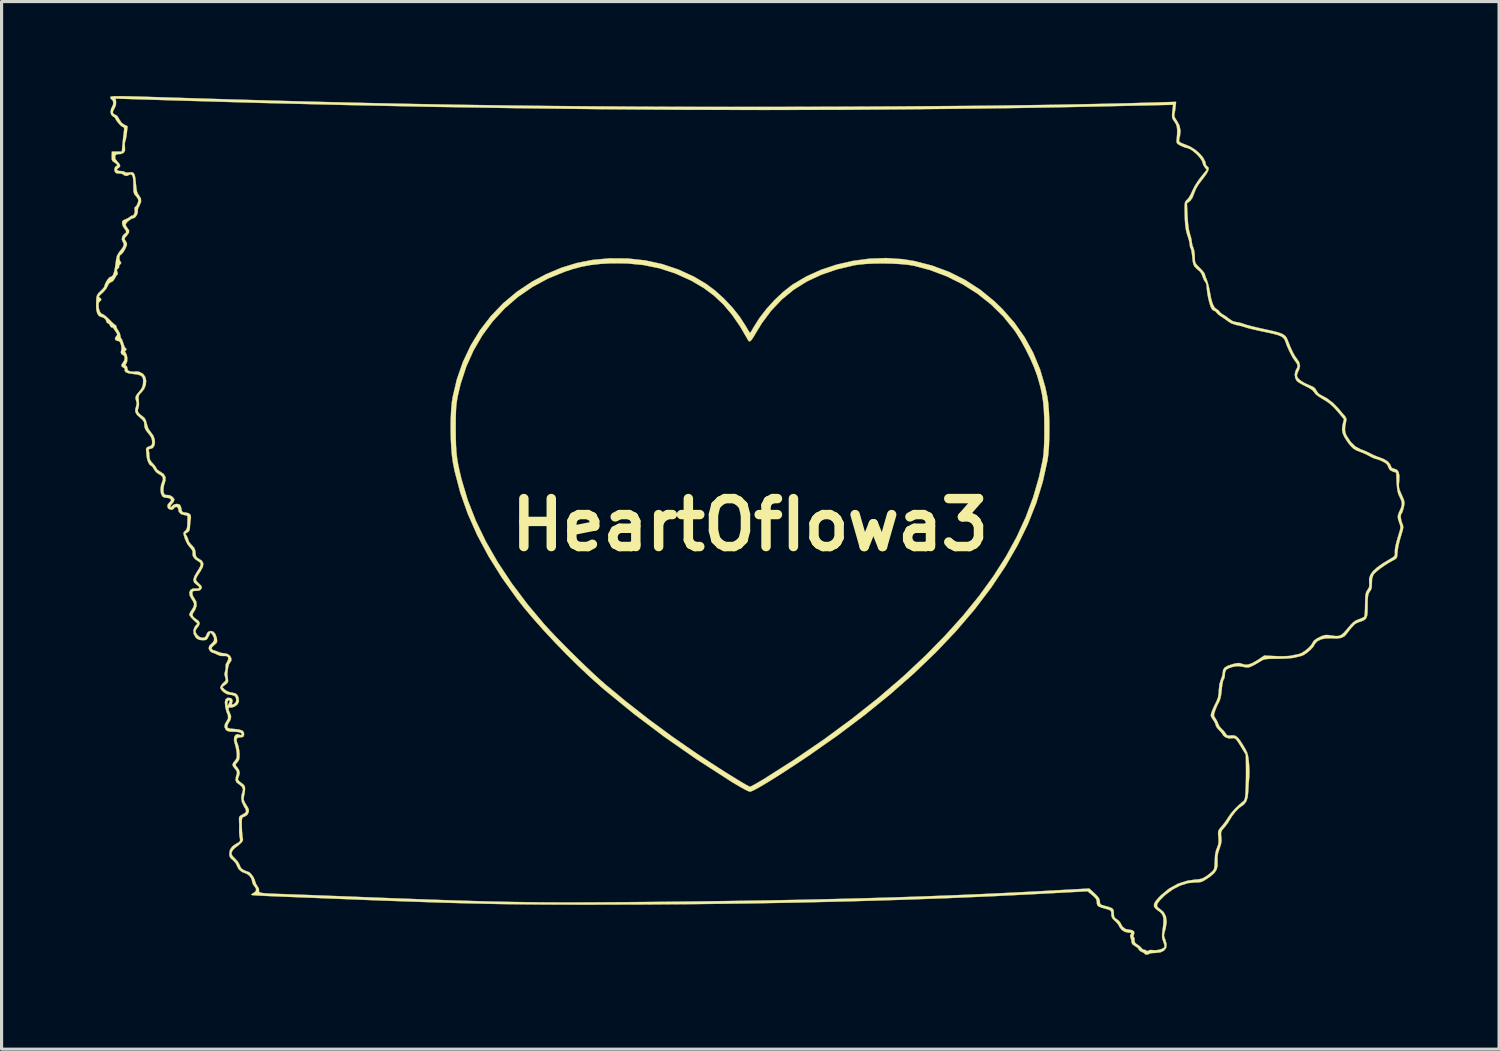
<source format=kicad_pcb>
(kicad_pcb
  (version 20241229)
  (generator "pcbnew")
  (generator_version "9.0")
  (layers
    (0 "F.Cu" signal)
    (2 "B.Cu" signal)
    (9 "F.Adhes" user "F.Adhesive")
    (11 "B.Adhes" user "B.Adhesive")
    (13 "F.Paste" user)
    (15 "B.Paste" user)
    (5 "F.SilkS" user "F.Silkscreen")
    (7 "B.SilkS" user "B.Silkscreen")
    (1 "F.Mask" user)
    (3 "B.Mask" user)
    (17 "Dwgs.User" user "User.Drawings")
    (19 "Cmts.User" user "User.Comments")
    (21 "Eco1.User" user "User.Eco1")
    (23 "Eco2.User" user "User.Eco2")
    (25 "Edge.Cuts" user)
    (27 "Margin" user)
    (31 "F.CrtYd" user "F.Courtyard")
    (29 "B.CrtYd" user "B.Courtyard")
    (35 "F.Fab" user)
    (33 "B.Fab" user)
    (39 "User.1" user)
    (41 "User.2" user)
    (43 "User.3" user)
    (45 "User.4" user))
  (footprint "HeartOfIowa3"
    (layer "F.Cu")
    (at 20.776 13.623)
    (property "Reference" "HeartOfIowa3" (at 0 0 0) (layer "F.SilkS") (effects (font (size 1.524 1.524) (thickness 0.3))))
    (attr through_hole)
    (fp_poly (pts (xy 4.836 -8.442) (xy 5.207 -8.383) (xy 5.783 -8.236) (xy 6.325 -8.035) (xy 6.834 -7.78) (xy 7.312 -7.471) (xy 7.759 -7.106) (xy 8.019 -6.854) (xy 8.402 -6.418) (xy 8.727 -5.954) (xy 8.998 -5.461) (xy 9.215 -4.936) (xy 9.38 -4.376) (xy 9.449 -4.048) (xy 9.476 -3.852) (xy 9.495 -3.609) (xy 9.507 -3.334) (xy 9.51 -3.044) (xy 9.506 -2.753) (xy 9.495 -2.477) (xy 9.475 -2.233) (xy 9.45 -2.048) (xy 9.299 -1.365) (xy 9.091 -0.688) (xy 8.824 -0.016) (xy 8.497 0.653) (xy 8.11 1.322) (xy 7.662 1.991) (xy 7.151 2.664) (xy 7.11 2.715) (xy 6.537 3.384) (xy 5.902 4.052) (xy 5.207 4.718) (xy 4.454 5.381) (xy 3.645 6.038) (xy 2.781 6.689) (xy 1.865 7.331) (xy 1.568 7.53) (xy 1.235 7.749) (xy 0.935 7.943) (xy 0.671 8.109) (xy 0.446 8.246) (xy 0.262 8.353) (xy 0.123 8.428) (xy 0.031 8.469) (xy -0.002 8.477) (xy -0.052 8.461) (xy -0.146 8.415) (xy -0.275 8.345) (xy -0.429 8.256) (xy -0.599 8.154) (xy -0.619 8.141) (xy -1.702 7.443) (xy -2.724 6.731) (xy -3.688 6.005) (xy -4.597 5.262) (xy -4.731 5.148) (xy -5.089 4.829) (xy -5.46 4.479) (xy -5.836 4.108) (xy -6.206 3.727) (xy -6.562 3.345) (xy -6.893 2.972) (xy -7.19 2.619) (xy -7.401 2.349) (xy -7.885 1.673) (xy -8.306 0.999) (xy -8.666 0.327) (xy -8.964 -0.345) (xy -9.202 -1.018) (xy -9.381 -1.695) (xy -9.436 -1.968) (xy -9.468 -2.191) (xy -9.491 -2.457) (xy -9.505 -2.751) (xy -9.51 -3.048) (xy -9.349 -3.048) (xy -9.347 -2.76) (xy -9.34 -2.519) (xy -9.327 -2.31) (xy -9.305 -2.116) (xy -9.272 -1.921) (xy -9.227 -1.71) (xy -9.169 -1.465) (xy -9.159 -1.428) (xy -8.965 -0.779) (xy -8.708 -0.125) (xy -8.389 0.534) (xy -8.009 1.196) (xy -7.567 1.861) (xy -7.066 2.527) (xy -6.549 3.143) (xy -6.38 3.329) (xy -6.174 3.547) (xy -5.94 3.786) (xy -5.69 4.037) (xy -5.434 4.289) (xy -5.181 4.532) (xy -4.943 4.756) (xy -4.729 4.951) (xy -4.604 5.061) (xy -3.924 5.625) (xy -3.201 6.189) (xy -2.452 6.74) (xy -1.695 7.264) (xy -1.683 7.272) (xy -1.462 7.418) (xy -1.236 7.566) (xy -1.01 7.712) (xy -0.792 7.851) (xy -0.587 7.979) (xy -0.402 8.093) (xy -0.245 8.188) (xy -0.122 8.26) (xy -0.038 8.305) (xy -0.003 8.319) (xy 0.039 8.303) (xy 0.123 8.259) (xy 0.24 8.193) (xy 0.378 8.112) (xy 0.431 8.08) (xy 1.412 7.456) (xy 2.349 6.815) (xy 3.239 6.16) (xy 4.077 5.495) (xy 4.86 4.822) (xy 5.568 4.159) (xy 6.199 3.516) (xy 6.77 2.881) (xy 7.281 2.252) (xy 7.734 1.627) (xy 8.131 1.004) (xy 8.472 0.38) (xy 8.76 -0.248) (xy 8.996 -0.882) (xy 9.182 -1.525) (xy 9.292 -2.032) (xy 9.313 -2.162) (xy 9.328 -2.306) (xy 9.339 -2.473) (xy 9.346 -2.676) (xy 9.349 -2.926) (xy 9.349 -3.048) (xy 9.346 -3.38) (xy 9.334 -3.664) (xy 9.311 -3.915) (xy 9.276 -4.148) (xy 9.225 -4.378) (xy 9.157 -4.621) (xy 9.111 -4.771) (xy 9.02 -5.016) (xy 8.899 -5.291) (xy 8.758 -5.576) (xy 8.608 -5.85) (xy 8.458 -6.093) (xy 8.391 -6.19) (xy 8.049 -6.614) (xy 7.658 -7) (xy 7.225 -7.344) (xy 6.754 -7.643) (xy 6.249 -7.895) (xy 5.716 -8.095) (xy 5.22 -8.228) (xy 5.024 -8.261) (xy 4.781 -8.284) (xy 4.508 -8.299) (xy 4.221 -8.304) (xy 3.935 -8.301) (xy 3.667 -8.288) (xy 3.433 -8.265) (xy 3.31 -8.246) (xy 2.762 -8.116) (xy 2.26 -7.944) (xy 1.802 -7.729) (xy 1.387 -7.469) (xy 1.012 -7.162) (xy 0.675 -6.808) (xy 0.374 -6.404) (xy 0.19 -6.103) (xy 0.107 -5.962) (xy 0.046 -5.873) (xy 0.001 -5.832) (xy -0.035 -5.833) (xy -0.065 -5.872) (xy -0.067 -5.876) (xy -0.315 -6.304) (xy -0.572 -6.676) (xy -0.845 -6.999) (xy -1.141 -7.279) (xy -1.467 -7.522) (xy -1.83 -7.737) (xy -1.893 -7.77) (xy -2.378 -7.988) (xy -2.872 -8.149) (xy -3.383 -8.254) (xy -3.918 -8.306) (xy -4.413 -8.309) (xy -4.761 -8.289) (xy -5.068 -8.254) (xy -5.356 -8.2) (xy -5.647 -8.121) (xy -5.876 -8.046) (xy -6.413 -7.827) (xy -6.913 -7.557) (xy -7.374 -7.239) (xy -7.794 -6.875) (xy -8.171 -6.469) (xy -8.502 -6.023) (xy -8.784 -5.539) (xy -9.016 -5.021) (xy -9.195 -4.471) (xy -9.278 -4.12) (xy -9.302 -3.99) (xy -9.321 -3.87) (xy -9.334 -3.747) (xy -9.342 -3.607) (xy -9.347 -3.439) (xy -9.349 -3.228) (xy -9.349 -3.048) (xy -9.51 -3.048) (xy -9.511 -3.057) (xy -9.507 -3.36) (xy -9.494 -3.643) (xy -9.472 -3.891) (xy -9.449 -4.048) (xy -9.312 -4.627) (xy -9.119 -5.178) (xy -8.874 -5.697) (xy -8.579 -6.181) (xy -8.234 -6.629) (xy -7.844 -7.037) (xy -7.409 -7.402) (xy -6.932 -7.721) (xy -6.493 -7.956) (xy -5.996 -8.166) (xy -5.501 -8.319) (xy -4.993 -8.418) (xy -4.461 -8.466) (xy -3.891 -8.462) (xy -3.331 -8.401) (xy -2.789 -8.283) (xy -2.269 -8.109) (xy -1.777 -7.882) (xy -1.397 -7.657) (xy -1.11 -7.443) (xy -0.826 -7.186) (xy -0.559 -6.902) (xy -0.324 -6.605) (xy -0.134 -6.311) (xy -0.12 -6.286) (xy -0.065 -6.191) (xy -0.023 -6.123) (xy -0.000144 -6.097) (xy 0 -6.097) (xy 0.022 -6.122) (xy 0.065 -6.19) (xy 0.118 -6.283) (xy 0.298 -6.568) (xy 0.523 -6.86) (xy 0.779 -7.142) (xy 1.052 -7.399) (xy 1.327 -7.615) (xy 1.368 -7.643) (xy 1.795 -7.895) (xy 2.261 -8.104) (xy 2.756 -8.268) (xy 3.271 -8.386) (xy 3.795 -8.456) (xy 4.32 -8.475) (xy 4.836 -8.442)) (stroke (width 0.01) (type solid)) (fill yes) (layer "F.SilkS"))
    (fp_poly (pts (xy -19.985 -13.617) (xy -19.839 -13.615) (xy -19.656 -13.611) (xy -19.431 -13.605) (xy -19.161 -13.597) (xy -18.841 -13.587) (xy -18.467 -13.575) (xy -18.035 -13.562) (xy -17.923 -13.558) (xy -16.407 -13.512) (xy -14.931 -13.47) (xy -13.488 -13.432) (xy -12.068 -13.399) (xy -10.665 -13.37) (xy -9.271 -13.345) (xy -7.876 -13.325) (xy -6.475 -13.308) (xy -5.058 -13.295) (xy -3.617 -13.285) (xy -2.145 -13.279) (xy -0.634 -13.277) (xy 0.924 -13.278) (xy 2.538 -13.282) (xy 2.603 -13.282) (xy 3.774 -13.287) (xy 4.885 -13.293) (xy 5.938 -13.301) (xy 6.937 -13.309) (xy 7.885 -13.319) (xy 8.784 -13.331) (xy 9.639 -13.344) (xy 10.451 -13.359) (xy 11.225 -13.375) (xy 11.963 -13.392) (xy 12.668 -13.412) (xy 12.823 -13.416) (xy 13.534 -13.438) (xy 13.517 -13.267) (xy 13.503 -13.158) (xy 13.487 -13.066) (xy 13.479 -13.032) (xy 13.483 -12.963) (xy 13.536 -12.87) (xy 13.554 -12.847) (xy 13.64 -12.693) (xy 13.676 -12.521) (xy 13.658 -12.352) (xy 13.653 -12.336) (xy 13.632 -12.251) (xy 13.629 -12.187) (xy 13.631 -12.18) (xy 13.668 -12.149) (xy 13.747 -12.111) (xy 13.825 -12.083) (xy 13.993 -12.012) (xy 14.151 -11.911) (xy 14.289 -11.79) (xy 14.396 -11.662) (xy 14.462 -11.535) (xy 14.477 -11.457) (xy 14.503 -11.401) (xy 14.526 -11.387) (xy 14.568 -11.346) (xy 14.563 -11.272) (xy 14.51 -11.165) (xy 14.407 -11.02) (xy 14.371 -10.976) (xy 14.248 -10.813) (xy 14.165 -10.672) (xy 14.111 -10.536) (xy 14.111 -10.536) (xy 14.051 -10.383) (xy 13.978 -10.288) (xy 13.966 -10.279) (xy 13.879 -10.215) (xy 13.898 -9.814) (xy 13.916 -9.561) (xy 13.944 -9.363) (xy 13.975 -9.242) (xy 14.008 -9.13) (xy 14.029 -9.029) (xy 14.034 -8.984) (xy 14.049 -8.892) (xy 14.081 -8.806) (xy 14.109 -8.719) (xy 14.125 -8.595) (xy 14.129 -8.516) (xy 14.131 -8.41) (xy 14.143 -8.338) (xy 14.176 -8.279) (xy 14.24 -8.209) (xy 14.287 -8.163) (xy 14.367 -8.08) (xy 14.424 -8.01) (xy 14.446 -7.968) (xy 14.446 -7.967) (xy 14.459 -7.914) (xy 14.49 -7.831) (xy 14.505 -7.797) (xy 14.54 -7.698) (xy 14.575 -7.566) (xy 14.601 -7.434) (xy 14.646 -7.197) (xy 14.697 -7.022) (xy 14.755 -6.909) (xy 14.817 -6.856) (xy 14.882 -6.816) (xy 14.911 -6.778) (xy 14.951 -6.731) (xy 15.022 -6.682) (xy 15.03 -6.678) (xy 15.12 -6.622) (xy 15.216 -6.55) (xy 15.233 -6.536) (xy 15.337 -6.469) (xy 15.43 -6.445) (xy 15.515 -6.433) (xy 15.624 -6.404) (xy 15.679 -6.384) (xy 15.763 -6.356) (xy 15.895 -6.32) (xy 16.061 -6.279) (xy 16.245 -6.237) (xy 16.368 -6.21) (xy 16.586 -6.163) (xy 16.75 -6.122) (xy 16.869 -6.082) (xy 16.954 -6.04) (xy 17.012 -5.992) (xy 17.052 -5.931) (xy 17.082 -5.863) (xy 17.173 -5.635) (xy 17.255 -5.459) (xy 17.326 -5.337) (xy 17.356 -5.3) (xy 17.444 -5.171) (xy 17.472 -5.042) (xy 17.437 -4.917) (xy 17.428 -4.901) (xy 17.387 -4.814) (xy 17.372 -4.735) (xy 17.373 -4.725) (xy 17.41 -4.656) (xy 17.497 -4.58) (xy 17.62 -4.504) (xy 17.767 -4.437) (xy 17.789 -4.429) (xy 17.895 -4.381) (xy 17.959 -4.325) (xy 17.988 -4.27) (xy 18.054 -4.177) (xy 18.125 -4.129) (xy 18.328 -4.02) (xy 18.526 -3.869) (xy 18.691 -3.698) (xy 18.774 -3.598) (xy 18.849 -3.51) (xy 18.9 -3.454) (xy 18.902 -3.451) (xy 18.945 -3.372) (xy 18.941 -3.307) (xy 18.908 -3.142) (xy 18.9 -3.017) (xy 18.917 -2.916) (xy 18.948 -2.839) (xy 19.079 -2.637) (xy 19.231 -2.489) (xy 19.403 -2.399) (xy 19.406 -2.398) (xy 19.531 -2.351) (xy 19.654 -2.295) (xy 19.701 -2.27) (xy 19.813 -2.214) (xy 19.931 -2.166) (xy 19.955 -2.159) (xy 20.141 -2.087) (xy 20.27 -2.004) (xy 20.339 -1.912) (xy 20.346 -1.891) (xy 20.381 -1.816) (xy 20.444 -1.786) (xy 20.457 -1.784) (xy 20.548 -1.752) (xy 20.604 -1.679) (xy 20.628 -1.559) (xy 20.622 -1.399) (xy 20.612 -1.28) (xy 20.616 -1.192) (xy 20.637 -1.107) (xy 20.681 -1.002) (xy 20.703 -0.953) (xy 20.755 -0.837) (xy 20.782 -0.757) (xy 20.79 -0.69) (xy 20.78 -0.615) (xy 20.767 -0.556) (xy 20.741 -0.457) (xy 20.714 -0.386) (xy 20.699 -0.364) (xy 20.674 -0.315) (xy 20.673 -0.226) (xy 20.694 -0.118) (xy 20.719 -0.049) (xy 20.744 0.021) (xy 20.751 0.082) (xy 20.738 0.156) (xy 20.706 0.265) (xy 20.641 0.483) (xy 20.598 0.66) (xy 20.574 0.812) (xy 20.566 0.905) (xy 20.558 1.002) (xy 20.535 1.059) (xy 20.484 1.099) (xy 20.431 1.127) (xy 20.296 1.202) (xy 20.154 1.292) (xy 20.019 1.388) (xy 19.905 1.479) (xy 19.825 1.555) (xy 19.802 1.586) (xy 19.762 1.702) (xy 19.755 1.853) (xy 19.75 1.987) (xy 19.723 2.072) (xy 19.712 2.086) (xy 19.671 2.143) (xy 19.643 2.209) (xy 19.627 2.297) (xy 19.62 2.421) (xy 19.619 2.595) (xy 19.619 2.595) (xy 19.617 2.768) (xy 19.603 2.889) (xy 19.571 2.971) (xy 19.515 3.024) (xy 19.429 3.062) (xy 19.375 3.078) (xy 19.282 3.113) (xy 19.209 3.158) (xy 19.2 3.167) (xy 19.103 3.272) (xy 19.038 3.349) (xy 18.99 3.412) (xy 18.968 3.444) (xy 18.885 3.538) (xy 18.778 3.592) (xy 18.635 3.611) (xy 18.497 3.605) (xy 18.308 3.604) (xy 18.146 3.635) (xy 18.022 3.695) (xy 17.945 3.78) (xy 17.937 3.798) (xy 17.885 3.882) (xy 17.795 3.978) (xy 17.688 4.068) (xy 17.582 4.137) (xy 17.513 4.165) (xy 17.415 4.188) (xy 17.303 4.216) (xy 17.288 4.22) (xy 17.207 4.232) (xy 17.08 4.243) (xy 16.924 4.251) (xy 16.756 4.254) (xy 16.748 4.254) (xy 16.574 4.255) (xy 16.45 4.26) (xy 16.364 4.27) (xy 16.304 4.286) (xy 16.256 4.31) (xy 16.24 4.32) (xy 16.155 4.373) (xy 16.045 4.435) (xy 15.989 4.466) (xy 15.894 4.511) (xy 15.822 4.53) (xy 15.743 4.526) (xy 15.654 4.509) (xy 15.532 4.489) (xy 15.432 4.492) (xy 15.314 4.518) (xy 15.298 4.523) (xy 15.183 4.564) (xy 15.117 4.616) (xy 15.088 4.696) (xy 15.082 4.796) (xy 15.068 4.872) (xy 15.045 4.913) (xy 15.026 4.96) (xy 15.007 5.053) (xy 14.99 5.176) (xy 14.985 5.236) (xy 14.96 5.433) (xy 14.924 5.572) (xy 14.898 5.627) (xy 14.85 5.72) (xy 14.8 5.838) (xy 14.779 5.894) (xy 14.748 5.989) (xy 14.738 6.048) (xy 14.752 6.095) (xy 14.788 6.15) (xy 14.841 6.24) (xy 14.876 6.327) (xy 14.876 6.329) (xy 14.916 6.408) (xy 14.983 6.483) (xy 14.986 6.485) (xy 15.058 6.557) (xy 15.112 6.63) (xy 15.112 6.632) (xy 15.148 6.68) (xy 15.2 6.696) (xy 15.273 6.69) (xy 15.357 6.687) (xy 15.427 6.706) (xy 15.493 6.756) (xy 15.565 6.846) (xy 15.654 6.983) (xy 15.67 7.009) (xy 15.742 7.132) (xy 15.789 7.229) (xy 15.818 7.324) (xy 15.837 7.441) (xy 15.849 7.556) (xy 15.86 7.716) (xy 15.864 7.878) (xy 15.86 8.014) (xy 15.856 8.049) (xy 15.843 8.187) (xy 15.832 8.348) (xy 15.827 8.461) (xy 15.809 8.649) (xy 15.764 8.787) (xy 15.687 8.886) (xy 15.616 8.935) (xy 15.523 9.005) (xy 15.418 9.115) (xy 15.316 9.247) (xy 15.232 9.382) (xy 15.227 9.392) (xy 15.172 9.48) (xy 15.096 9.58) (xy 15.061 9.621) (xy 14.996 9.698) (xy 14.966 9.758) (xy 14.962 9.832) (xy 14.97 9.913) (xy 14.977 10.027) (xy 14.964 10.132) (xy 14.924 10.259) (xy 14.914 10.287) (xy 14.868 10.431) (xy 14.849 10.556) (xy 14.852 10.69) (xy 14.851 10.837) (xy 14.819 10.956) (xy 14.748 11.061) (xy 14.629 11.165) (xy 14.535 11.23) (xy 14.427 11.299) (xy 14.346 11.339) (xy 14.268 11.356) (xy 14.168 11.359) (xy 14.129 11.359) (xy 13.905 11.382) (xy 13.668 11.457) (xy 13.432 11.579) (xy 13.211 11.74) (xy 13.137 11.807) (xy 13.018 11.928) (xy 12.949 12.02) (xy 12.927 12.091) (xy 12.95 12.147) (xy 13.016 12.198) (xy 13.017 12.198) (xy 13.14 12.302) (xy 13.213 12.442) (xy 13.234 12.615) (xy 13.204 12.819) (xy 13.187 12.878) (xy 13.158 12.979) (xy 13.15 13.047) (xy 13.164 13.11) (xy 13.189 13.17) (xy 13.232 13.317) (xy 13.219 13.437) (xy 13.152 13.526) (xy 13.034 13.58) (xy 12.876 13.598) (xy 12.776 13.603) (xy 12.704 13.614) (xy 12.681 13.625) (xy 12.643 13.647) (xy 12.587 13.651) (xy 12.546 13.639) (xy 12.541 13.628) (xy 12.515 13.601) (xy 12.451 13.569) (xy 12.446 13.567) (xy 12.38 13.53) (xy 12.351 13.49) (xy 12.351 13.489) (xy 12.325 13.448) (xy 12.261 13.399) (xy 12.232 13.382) (xy 12.147 13.322) (xy 12.119 13.263) (xy 12.12 13.255) (xy 12.111 13.177) (xy 12.091 13.122) (xy 12.072 13.053) (xy 12.096 13.003) (xy 12.114 12.97) (xy 12.09 12.957) (xy 12.026 12.954) (xy 11.907 12.929) (xy 11.804 12.864) (xy 11.737 12.773) (xy 11.73 12.755) (xy 11.694 12.692) (xy 11.627 12.615) (xy 11.593 12.584) (xy 11.518 12.509) (xy 11.484 12.439) (xy 11.478 12.365) (xy 11.475 12.3) (xy 11.458 12.259) (xy 11.413 12.232) (xy 11.324 12.204) (xy 11.287 12.194) (xy 11.157 12.156) (xy 11.077 12.124) (xy 11.036 12.088) (xy 11.02 12.039) (xy 11.017 11.988) (xy 11.008 11.918) (xy 10.972 11.857) (xy 10.898 11.785) (xy 10.87 11.761) (xy 10.722 11.64) (xy 9.115 11.726) (xy 7.72 11.796) (xy 6.267 11.858) (xy 4.76 11.912) (xy 3.206 11.958) (xy 1.609 11.996) (xy -0.027 12.026) (xy -1.695 12.047) (xy -3.391 12.06) (xy -5.11 12.065) (xy -5.191 12.065) (xy -5.706 12.064) (xy -6.191 12.063) (xy -6.652 12.06) (xy -7.097 12.056) (xy -7.532 12.051) (xy -7.963 12.045) (xy -8.397 12.036) (xy -8.841 12.026) (xy -9.302 12.014) (xy -9.786 12) (xy -10.3 11.983) (xy -10.85 11.964) (xy -11.444 11.943) (xy -12.088 11.919) (xy -12.789 11.891) (xy -12.795 11.891) (xy -13.303 11.871) (xy -13.751 11.853) (xy -14.142 11.838) (xy -14.482 11.824) (xy -14.773 11.813) (xy -15.019 11.803) (xy -15.225 11.794) (xy -15.393 11.787) (xy -15.527 11.78) (xy -15.632 11.775) (xy -15.71 11.77) (xy -15.766 11.766) (xy -15.804 11.762) (xy -15.827 11.759) (xy -15.838 11.755) (xy -15.843 11.752) (xy -15.843 11.748) (xy -15.818 11.72) (xy -15.764 11.69) (xy -15.699 11.635) (xy -15.691 11.562) (xy -15.741 11.484) (xy -15.748 11.478) (xy -15.797 11.406) (xy -15.812 11.343) (xy -15.838 11.24) (xy -15.904 11.145) (xy -15.993 11.082) (xy -16.026 11.071) (xy -16.146 11.023) (xy -16.243 10.94) (xy -16.296 10.838) (xy -16.298 10.83) (xy -16.341 10.742) (xy -16.423 10.656) (xy -16.429 10.651) (xy -16.504 10.584) (xy -16.536 10.517) (xy -16.542 10.449) (xy -16.519 10.319) (xy -16.447 10.215) (xy -16.319 10.128) (xy -16.314 10.125) (xy -16.235 10.082) (xy -16.202 10.043) (xy -16.2 9.988) (xy -16.208 9.943) (xy -16.223 9.845) (xy -16.229 9.761) (xy -16.229 9.755) (xy -16.226 9.534) (xy -16.233 9.367) (xy -16.231 9.293) (xy -16.202 9.246) (xy -16.131 9.205) (xy -16.121 9.2) (xy -16.039 9.151) (xy -16.008 9.099) (xy -16.026 9.027) (xy -16.081 8.935) (xy -16.141 8.804) (xy -16.161 8.662) (xy -16.139 8.532) (xy -16.126 8.504) (xy -16.105 8.406) (xy -16.143 8.315) (xy -16.224 8.248) (xy -16.31 8.185) (xy -16.343 8.11) (xy -16.331 8.008) (xy -16.319 7.969) (xy -16.297 7.886) (xy -16.304 7.829) (xy -16.347 7.766) (xy -16.363 7.746) (xy -16.423 7.67) (xy -16.44 7.616) (xy -16.417 7.561) (xy -16.368 7.5) (xy -16.322 7.436) (xy -16.302 7.371) (xy -16.303 7.28) (xy -16.307 7.236) (xy -16.326 7.111) (xy -16.355 6.991) (xy -16.369 6.946) (xy -16.394 6.834) (xy -16.384 6.739) (xy -16.345 6.674) (xy -16.284 6.649) (xy -16.229 6.665) (xy -16.168 6.682) (xy -16.144 6.661) (xy -16.165 6.615) (xy -16.223 6.587) (xy -16.335 6.574) (xy -16.398 6.572) (xy -16.522 6.567) (xy -16.6 6.548) (xy -16.648 6.514) (xy -16.695 6.423) (xy -16.68 6.324) (xy -16.637 6.255) (xy -16.581 6.149) (xy -16.586 6.044) (xy -16.606 6) (xy -16.631 5.933) (xy -16.657 5.834) (xy -16.669 5.777) (xy -16.678 5.677) (xy -16.604 5.677) (xy -16.603 5.763) (xy -16.559 5.684) (xy -16.532 5.618) (xy -16.531 5.58) (xy -16.561 5.564) (xy -16.589 5.597) (xy -16.604 5.662) (xy -16.604 5.677) (xy -16.678 5.677) (xy -16.682 5.633) (xy -16.658 5.539) (xy -16.596 5.496) (xy -16.563 5.493) (xy -16.475 5.513) (xy -16.438 5.569) (xy -16.448 5.64) (xy -16.465 5.698) (xy -16.445 5.711) (xy -16.382 5.683) (xy -16.381 5.682) (xy -16.332 5.625) (xy -16.319 5.544) (xy -16.343 5.467) (xy -16.381 5.43) (xy -16.461 5.405) (xy -16.529 5.397) (xy -16.617 5.377) (xy -16.709 5.324) (xy -16.785 5.255) (xy -16.825 5.186) (xy -16.828 5.168) (xy -16.804 5.105) (xy -16.747 5.033) (xy -16.731 5.019) (xy -16.671 4.962) (xy -16.652 4.916) (xy -16.667 4.854) (xy -16.674 4.836) (xy -16.696 4.74) (xy -16.677 4.657) (xy -16.677 4.657) (xy -16.656 4.571) (xy -16.659 4.509) (xy -16.652 4.425) (xy -16.611 4.351) (xy -16.571 4.264) (xy -16.584 4.198) (xy -16.646 4.165) (xy -16.718 4.167) (xy -16.829 4.161) (xy -16.92 4.124) (xy -17.001 4.086) (xy -17.059 4.065) (xy -17.068 4.064) (xy -17.114 4.043) (xy -17.159 4.003) (xy -17.197 3.923) (xy -17.175 3.84) (xy -17.096 3.764) (xy -17.032 3.691) (xy -17.024 3.597) (xy -17.072 3.496) (xy -17.078 3.489) (xy -17.138 3.415) (xy -17.198 3.541) (xy -17.24 3.62) (xy -17.284 3.656) (xy -17.355 3.664) (xy -17.397 3.664) (xy -17.503 3.651) (xy -17.576 3.611) (xy -17.611 3.575) (xy -17.672 3.463) (xy -17.681 3.343) (xy -17.637 3.234) (xy -17.618 3.211) (xy -17.552 3.139) (xy -17.682 3.019) (xy -17.754 2.945) (xy -17.801 2.881) (xy -17.812 2.853) (xy -17.794 2.799) (xy -17.749 2.723) (xy -17.732 2.699) (xy -17.67 2.594) (xy -17.66 2.506) (xy -17.701 2.412) (xy -17.732 2.368) (xy -17.796 2.253) (xy -17.811 2.151) (xy -17.78 2.072) (xy -17.708 2.026) (xy -17.605 2.022) (xy -17.523 2.023) (xy -17.493 1.996) (xy -17.517 1.949) (xy -17.59 1.894) (xy -17.662 1.829) (xy -17.682 1.744) (xy -17.651 1.634) (xy -17.578 1.508) (xy -17.497 1.381) (xy -17.454 1.293) (xy -17.448 1.233) (xy -17.475 1.19) (xy -17.517 1.164) (xy -17.638 1.08) (xy -17.702 0.986) (xy -17.708 0.901) (xy -17.709 0.833) (xy -17.749 0.764) (xy -17.796 0.713) (xy -17.879 0.601) (xy -17.946 0.458) (xy -17.956 0.428) (xy -17.987 0.327) (xy -17.997 0.268) (xy -17.987 0.232) (xy -17.955 0.202) (xy -17.945 0.195) (xy -17.898 0.139) (xy -17.878 0.052) (xy -17.876 0) (xy -17.873 -0.108) (xy -17.869 -0.202) (xy -17.867 -0.222) (xy -17.87 -0.277) (xy -17.905 -0.302) (xy -17.971 -0.311) (xy -18.082 -0.344) (xy -18.146 -0.417) (xy -18.161 -0.498) (xy -18.184 -0.555) (xy -18.233 -0.573) (xy -18.284 -0.549) (xy -18.3 -0.522) (xy -18.347 -0.484) (xy -18.407 -0.482) (xy -18.478 -0.515) (xy -18.509 -0.578) (xy -18.495 -0.652) (xy -18.444 -0.709) (xy -18.393 -0.767) (xy -18.4 -0.817) (xy -18.459 -0.85) (xy -18.521 -0.857) (xy -18.606 -0.87) (xy -18.666 -0.901) (xy -18.668 -0.904) (xy -18.712 -0.998) (xy -18.726 -1.124) (xy -18.71 -1.258) (xy -18.683 -1.337) (xy -18.648 -1.447) (xy -18.663 -1.526) (xy -18.734 -1.589) (xy -18.786 -1.615) (xy -18.868 -1.676) (xy -18.933 -1.762) (xy -18.934 -1.766) (xy -18.975 -1.836) (xy -19.011 -1.872) (xy -19.017 -1.873) (xy -19.064 -1.902) (xy -19.111 -1.975) (xy -19.148 -2.074) (xy -19.166 -2.167) (xy -19.176 -2.273) (xy -19.184 -2.366) (xy -19.186 -2.381) (xy -19.178 -2.441) (xy -19.132 -2.477) (xy -19.092 -2.49) (xy -19.026 -2.517) (xy -18.997 -2.558) (xy -18.992 -2.639) (xy -18.992 -2.644) (xy -19.005 -2.735) (xy -19.048 -2.821) (xy -19.117 -2.909) (xy -19.194 -3.009) (xy -19.231 -3.092) (xy -19.241 -3.174) (xy -19.248 -3.255) (xy -19.28 -3.316) (xy -19.349 -3.382) (xy -19.37 -3.4) (xy -19.475 -3.496) (xy -19.526 -3.582) (xy -19.529 -3.672) (xy -19.508 -3.74) (xy -19.482 -3.851) (xy -19.496 -3.924) (xy -19.521 -4.009) (xy -19.515 -4.078) (xy -19.473 -4.15) (xy -19.41 -4.224) (xy -19.332 -4.326) (xy -19.292 -4.426) (xy -19.281 -4.502) (xy -19.279 -4.62) (xy -19.304 -4.7) (xy -19.367 -4.75) (xy -19.478 -4.779) (xy -19.586 -4.792) (xy -19.738 -4.814) (xy -19.83 -4.848) (xy -19.867 -4.897) (xy -19.861 -4.942) (xy -19.876 -4.978) (xy -19.909 -4.995) (xy -19.961 -5.032) (xy -19.963 -5.094) (xy -19.913 -5.169) (xy -19.911 -5.172) (xy -19.875 -5.234) (xy -19.866 -5.309) (xy -19.882 -5.371) (xy -19.922 -5.397) (xy -19.923 -5.397) (xy -19.969 -5.424) (xy -19.989 -5.483) (xy -19.976 -5.546) (xy -19.966 -5.607) (xy -19.978 -5.698) (xy -19.982 -5.718) (xy -20.013 -5.802) (xy -20.054 -5.838) (xy -20.085 -5.842) (xy -20.152 -5.864) (xy -20.175 -5.918) (xy -20.145 -5.981) (xy -20.144 -5.982) (xy -20.111 -6.019) (xy -20.103 -6.052) (xy -20.125 -6.1) (xy -20.177 -6.178) (xy -20.224 -6.243) (xy -20.253 -6.273) (xy -20.256 -6.271) (xy -20.276 -6.268) (xy -20.304 -6.286) (xy -20.336 -6.329) (xy -20.336 -6.35) (xy -20.349 -6.376) (xy -20.384 -6.391) (xy -20.435 -6.428) (xy -20.447 -6.463) (xy -20.474 -6.529) (xy -20.539 -6.583) (xy -20.607 -6.603) (xy -20.681 -6.634) (xy -20.737 -6.715) (xy -20.767 -6.836) (xy -20.771 -6.902) (xy -20.771 -6.977) (xy -20.697 -6.977) (xy -20.687 -6.881) (xy -20.66 -6.789) (xy -20.621 -6.722) (xy -20.579 -6.699) (xy -20.531 -6.677) (xy -20.456 -6.62) (xy -20.37 -6.538) (xy -20.357 -6.525) (xy -20.274 -6.441) (xy -20.205 -6.379) (xy -20.164 -6.351) (xy -20.161 -6.35) (xy -20.133 -6.324) (xy -20.13 -6.299) (xy -20.111 -6.24) (xy -20.066 -6.168) (xy -20.066 -6.168) (xy -20.02 -6.088) (xy -20.003 -6.014) (xy -19.992 -5.95) (xy -19.975 -5.924) (xy -19.951 -5.886) (xy -19.921 -5.808) (xy -19.907 -5.763) (xy -19.878 -5.679) (xy -19.851 -5.627) (xy -19.84 -5.62) (xy -19.815 -5.594) (xy -19.812 -5.572) (xy -19.832 -5.53) (xy -19.849 -5.524) (xy -19.86 -5.506) (xy -19.833 -5.466) (xy -19.797 -5.392) (xy -19.782 -5.291) (xy -19.788 -5.189) (xy -19.817 -5.117) (xy -19.82 -5.114) (xy -19.844 -5.076) (xy -19.82 -5.058) (xy -19.789 -5.018) (xy -19.78 -4.968) (xy -19.767 -4.913) (xy -19.717 -4.883) (xy -19.671 -4.872) (xy -19.59 -4.863) (xy -19.536 -4.868) (xy -19.533 -4.869) (xy -19.486 -4.873) (xy -19.407 -4.86) (xy -19.386 -4.854) (xy -19.28 -4.796) (xy -19.212 -4.7) (xy -19.183 -4.579) (xy -19.194 -4.446) (xy -19.247 -4.316) (xy -19.323 -4.22) (xy -19.39 -4.151) (xy -19.42 -4.095) (xy -19.424 -4.023) (xy -19.416 -3.95) (xy -19.411 -3.819) (xy -19.429 -3.718) (xy -19.433 -3.707) (xy -19.453 -3.629) (xy -19.428 -3.561) (xy -19.354 -3.489) (xy -19.306 -3.455) (xy -19.237 -3.398) (xy -19.195 -3.327) (xy -19.165 -3.22) (xy -19.162 -3.207) (xy -19.114 -3.055) (xy -19.036 -2.943) (xy -19.03 -2.937) (xy -18.956 -2.836) (xy -18.914 -2.722) (xy -18.904 -2.609) (xy -18.925 -2.511) (xy -18.975 -2.441) (xy -19.055 -2.413) (xy -19.058 -2.413) (xy -19.103 -2.398) (xy -19.101 -2.363) (xy -19.088 -2.299) (xy -19.082 -2.207) (xy -19.082 -2.187) (xy -19.071 -2.094) (xy -19.03 -2.017) (xy -18.971 -1.951) (xy -18.906 -1.877) (xy -18.866 -1.816) (xy -18.86 -1.795) (xy -18.833 -1.755) (xy -18.768 -1.708) (xy -18.74 -1.693) (xy -18.624 -1.613) (xy -18.567 -1.514) (xy -18.572 -1.396) (xy -18.589 -1.347) (xy -18.621 -1.237) (xy -18.635 -1.125) (xy -18.63 -1.028) (xy -18.604 -0.968) (xy -18.598 -0.963) (xy -18.533 -0.946) (xy -18.5 -0.948) (xy -18.425 -0.937) (xy -18.349 -0.892) (xy -18.297 -0.832) (xy -18.288 -0.798) (xy -18.31 -0.734) (xy -18.352 -0.683) (xy -18.399 -0.622) (xy -18.413 -0.575) (xy -18.404 -0.55) (xy -18.374 -0.578) (xy -18.362 -0.595) (xy -18.295 -0.648) (xy -18.208 -0.667) (xy -18.13 -0.648) (xy -18.104 -0.627) (xy -18.077 -0.568) (xy -18.061 -0.493) (xy -18.044 -0.427) (xy -18.001 -0.399) (xy -17.946 -0.393) (xy -17.831 -0.37) (xy -17.77 -0.314) (xy -17.761 -0.224) (xy -17.763 -0.208) (xy -17.777 -0.116) (xy -17.788 0.001) (xy -17.79 0.044) (xy -17.798 0.142) (xy -17.824 0.201) (xy -17.882 0.247) (xy -17.934 0.276) (xy -17.926 0.302) (xy -17.894 0.354) (xy -17.856 0.429) (xy -17.843 0.485) (xy -17.821 0.54) (xy -17.766 0.613) (xy -17.734 0.645) (xy -17.659 0.728) (xy -17.624 0.814) (xy -17.615 0.889) (xy -17.603 0.983) (xy -17.573 1.037) (xy -17.513 1.075) (xy -17.51 1.076) (xy -17.411 1.142) (xy -17.368 1.225) (xy -17.381 1.329) (xy -17.449 1.46) (xy -17.461 1.479) (xy -17.541 1.599) (xy -17.588 1.68) (xy -17.603 1.736) (xy -17.588 1.78) (xy -17.545 1.827) (xy -17.511 1.859) (xy -17.442 1.927) (xy -17.416 1.974) (xy -17.424 2.018) (xy -17.43 2.03) (xy -17.475 2.077) (xy -17.555 2.095) (xy -17.591 2.095) (xy -17.672 2.1) (xy -17.708 2.12) (xy -17.716 2.17) (xy -17.716 2.181) (xy -17.695 2.265) (xy -17.647 2.34) (xy -17.589 2.445) (xy -17.581 2.569) (xy -17.624 2.694) (xy -17.647 2.729) (xy -17.703 2.821) (xy -17.707 2.89) (xy -17.657 2.95) (xy -17.609 2.983) (xy -17.516 3.053) (xy -17.482 3.119) (xy -17.504 3.193) (xy -17.542 3.244) (xy -17.603 3.329) (xy -17.616 3.396) (xy -17.582 3.469) (xy -17.555 3.504) (xy -17.485 3.563) (xy -17.403 3.589) (xy -17.33 3.58) (xy -17.286 3.535) (xy -17.285 3.532) (xy -17.244 3.435) (xy -17.191 3.386) (xy -17.136 3.372) (xy -17.053 3.391) (xy -16.986 3.466) (xy -16.941 3.591) (xy -16.934 3.628) (xy -16.929 3.708) (xy -16.955 3.762) (xy -17.014 3.812) (xy -17.091 3.884) (xy -17.107 3.939) (xy -17.061 3.977) (xy -17.026 3.988) (xy -16.935 4.017) (xy -16.875 4.044) (xy -16.801 4.068) (xy -16.703 4.081) (xy -16.692 4.081) (xy -16.593 4.105) (xy -16.518 4.163) (xy -16.478 4.24) (xy -16.48 4.319) (xy -16.523 4.379) (xy -16.553 4.431) (xy -16.578 4.52) (xy -16.585 4.565) (xy -16.598 4.673) (xy -16.603 4.742) (xy -16.6 4.799) (xy -16.59 4.869) (xy -16.586 4.893) (xy -16.58 4.974) (xy -16.605 5.027) (xy -16.668 5.079) (xy -16.768 5.151) (xy -16.698 5.226) (xy -16.616 5.284) (xy -16.517 5.32) (xy -16.513 5.32) (xy -16.421 5.337) (xy -16.351 5.353) (xy -16.347 5.354) (xy -16.291 5.398) (xy -16.251 5.48) (xy -16.236 5.577) (xy -16.242 5.632) (xy -16.289 5.71) (xy -16.371 5.772) (xy -16.465 5.803) (xy -16.514 5.8) (xy -16.561 5.807) (xy -16.571 5.856) (xy -16.541 5.94) (xy -16.526 5.969) (xy -16.484 6.085) (xy -16.502 6.191) (xy -16.542 6.255) (xy -16.587 6.333) (xy -16.605 6.401) (xy -16.599 6.437) (xy -16.571 6.459) (xy -16.509 6.473) (xy -16.398 6.483) (xy -16.383 6.484) (xy -16.23 6.503) (xy -16.132 6.535) (xy -16.081 6.584) (xy -16.071 6.656) (xy -16.072 6.665) (xy -16.088 6.721) (xy -16.131 6.744) (xy -16.192 6.749) (xy -16.278 6.764) (xy -16.314 6.81) (xy -16.302 6.894) (xy -16.275 6.96) (xy -16.247 7.05) (xy -16.226 7.172) (xy -16.218 7.262) (xy -16.218 7.378) (xy -16.23 7.453) (xy -16.261 7.51) (xy -16.286 7.539) (xy -16.334 7.597) (xy -16.34 7.636) (xy -16.313 7.675) (xy -16.238 7.778) (xy -16.211 7.868) (xy -16.23 7.964) (xy -16.238 7.985) (xy -16.263 8.048) (xy -16.267 8.091) (xy -16.241 8.13) (xy -16.179 8.183) (xy -16.118 8.228) (xy -16.071 8.272) (xy -16.046 8.326) (xy -16.041 8.403) (xy -16.055 8.516) (xy -16.081 8.652) (xy -16.085 8.725) (xy -16.058 8.804) (xy -16.001 8.898) (xy -15.943 8.993) (xy -15.92 9.06) (xy -15.926 9.12) (xy -15.93 9.133) (xy -15.972 9.213) (xy -16.047 9.263) (xy -16.1 9.282) (xy -16.125 9.299) (xy -16.139 9.342) (xy -16.146 9.422) (xy -16.145 9.552) (xy -16.145 9.578) (xy -16.139 9.716) (xy -16.13 9.839) (xy -16.119 9.927) (xy -16.115 9.945) (xy -16.107 10.011) (xy -16.136 10.069) (xy -16.185 10.12) (xy -16.27 10.194) (xy -16.354 10.258) (xy -16.362 10.264) (xy -16.429 10.331) (xy -16.466 10.403) (xy -16.47 10.459) (xy -16.443 10.514) (xy -16.376 10.585) (xy -16.36 10.6) (xy -16.277 10.692) (xy -16.222 10.784) (xy -16.211 10.817) (xy -16.167 10.907) (xy -16.083 10.967) (xy -16.005 11) (xy -15.952 11.017) (xy -15.948 11.017) (xy -15.895 11.043) (xy -15.833 11.108) (xy -15.774 11.193) (xy -15.735 11.279) (xy -15.728 11.304) (xy -15.695 11.402) (xy -15.645 11.484) (xy -15.644 11.484) (xy -15.6 11.562) (xy -15.598 11.618) (xy -15.6 11.644) (xy -15.588 11.665) (xy -15.555 11.682) (xy -15.492 11.695) (xy -15.394 11.705) (xy -15.254 11.714) (xy -15.064 11.722) (xy -14.817 11.73) (xy -14.811 11.73) (xy -14.682 11.735) (xy -14.496 11.742) (xy -14.262 11.75) (xy -13.986 11.76) (xy -13.677 11.772) (xy -13.341 11.785) (xy -12.986 11.798) (xy -12.62 11.812) (xy -12.255 11.827) (xy -11.552 11.854) (xy -10.906 11.878) (xy -10.312 11.9) (xy -9.765 11.919) (xy -9.257 11.936) (xy -8.783 11.95) (xy -8.338 11.962) (xy -7.916 11.972) (xy -7.51 11.98) (xy -7.115 11.986) (xy -6.726 11.991) (xy -6.336 11.994) (xy -5.94 11.995) (xy -5.531 11.995) (xy -5.104 11.994) (xy -4.653 11.991) (xy -4.223 11.988) (xy -2.95 11.977) (xy -1.736 11.964) (xy -0.578 11.948) (xy 0.53 11.931) (xy 1.592 11.911) (xy 2.611 11.888) (xy 3.592 11.863) (xy 4.539 11.836) (xy 5.457 11.805) (xy 6.349 11.772) (xy 7.221 11.736) (xy 8.075 11.696) (xy 8.917 11.654) (xy 9.271 11.635) (xy 10.779 11.552) (xy 10.946 11.707) (xy 11.039 11.8) (xy 11.091 11.871) (xy 11.111 11.935) (xy 11.113 11.963) (xy 11.119 12.027) (xy 11.149 12.064) (xy 11.22 12.09) (xy 11.247 12.097) (xy 11.388 12.135) (xy 11.479 12.169) (xy 11.529 12.206) (xy 11.552 12.256) (xy 11.557 12.328) (xy 11.557 12.337) (xy 11.563 12.43) (xy 11.592 12.486) (xy 11.652 12.53) (xy 11.722 12.584) (xy 11.763 12.637) (xy 11.765 12.641) (xy 11.83 12.762) (xy 11.929 12.838) (xy 12.032 12.859) (xy 12.14 12.875) (xy 12.2 12.919) (xy 12.206 12.986) (xy 12.194 13.014) (xy 12.176 13.073) (xy 12.195 13.099) (xy 12.217 13.143) (xy 12.215 13.195) (xy 12.219 13.255) (xy 12.263 13.305) (xy 12.308 13.334) (xy 12.383 13.387) (xy 12.43 13.437) (xy 12.434 13.445) (xy 12.478 13.487) (xy 12.511 13.494) (xy 12.571 13.51) (xy 12.59 13.527) (xy 12.625 13.542) (xy 12.654 13.524) (xy 12.718 13.504) (xy 12.791 13.509) (xy 12.885 13.514) (xy 12.991 13.499) (xy 13.088 13.469) (xy 13.153 13.429) (xy 13.166 13.411) (xy 13.165 13.354) (xy 13.141 13.269) (xy 13.128 13.239) (xy 13.091 13.119) (xy 13.091 12.99) (xy 13.094 12.963) (xy 13.121 12.758) (xy 13.134 12.603) (xy 13.131 12.49) (xy 13.109 12.406) (xy 13.067 12.34) (xy 13.002 12.282) (xy 12.954 12.249) (xy 12.87 12.18) (xy 12.83 12.112) (xy 12.837 12.036) (xy 12.891 11.943) (xy 12.995 11.826) (xy 13.055 11.766) (xy 13.314 11.553) (xy 13.596 11.399) (xy 13.899 11.303) (xy 14.113 11.273) (xy 14.248 11.26) (xy 14.343 11.241) (xy 14.423 11.206) (xy 14.51 11.15) (xy 14.534 11.132) (xy 14.627 11.06) (xy 14.699 10.993) (xy 14.733 10.952) (xy 14.748 10.893) (xy 14.759 10.792) (xy 14.764 10.669) (xy 14.764 10.658) (xy 14.773 10.481) (xy 14.804 10.34) (xy 14.831 10.27) (xy 14.87 10.165) (xy 14.885 10.067) (xy 14.88 9.944) (xy 14.878 9.917) (xy 14.868 9.806) (xy 14.873 9.734) (xy 14.899 9.677) (xy 14.953 9.61) (xy 14.979 9.581) (xy 15.067 9.473) (xy 15.151 9.354) (xy 15.183 9.303) (xy 15.272 9.174) (xy 15.395 9.031) (xy 15.531 8.897) (xy 15.637 8.808) (xy 15.68 8.772) (xy 15.708 8.731) (xy 15.724 8.669) (xy 15.735 8.57) (xy 15.742 8.459) (xy 15.748 8.314) (xy 15.753 8.129) (xy 15.755 7.929) (xy 15.755 7.739) (xy 15.751 7.303) (xy 15.602 7.057) (xy 15.521 6.925) (xy 15.462 6.84) (xy 15.415 6.792) (xy 15.372 6.774) (xy 15.323 6.776) (xy 15.301 6.78) (xy 15.2 6.781) (xy 15.104 6.749) (xy 15.037 6.696) (xy 15.026 6.676) (xy 14.991 6.62) (xy 14.927 6.547) (xy 14.9 6.521) (xy 14.836 6.449) (xy 14.799 6.384) (xy 14.796 6.365) (xy 14.777 6.305) (xy 14.731 6.225) (xy 14.716 6.204) (xy 14.666 6.127) (xy 14.638 6.063) (xy 14.637 6.052) (xy 14.653 5.978) (xy 14.698 5.86) (xy 14.768 5.707) (xy 14.815 5.615) (xy 14.867 5.484) (xy 14.889 5.34) (xy 14.891 5.266) (xy 14.912 5.059) (xy 14.955 4.926) (xy 14.994 4.818) (xy 15.016 4.714) (xy 15.018 4.685) (xy 15.032 4.598) (xy 15.08 4.532) (xy 15.172 4.478) (xy 15.317 4.429) (xy 15.327 4.426) (xy 15.448 4.397) (xy 15.53 4.389) (xy 15.593 4.402) (xy 15.606 4.408) (xy 15.712 4.441) (xy 15.82 4.439) (xy 15.942 4.398) (xy 16.089 4.317) (xy 16.177 4.26) (xy 16.335 4.152) (xy 16.685 4.169) (xy 16.844 4.174) (xy 16.996 4.172) (xy 17.12 4.165) (xy 17.177 4.157) (xy 17.294 4.133) (xy 17.407 4.111) (xy 17.431 4.106) (xy 17.528 4.068) (xy 17.64 3.995) (xy 17.748 3.904) (xy 17.833 3.809) (xy 17.872 3.741) (xy 17.917 3.673) (xy 18.01 3.608) (xy 18.085 3.569) (xy 18.194 3.521) (xy 18.276 3.5) (xy 18.361 3.5) (xy 18.445 3.511) (xy 18.586 3.531) (xy 18.69 3.53) (xy 18.773 3.501) (xy 18.853 3.438) (xy 18.948 3.333) (xy 18.986 3.287) (xy 19.087 3.169) (xy 19.167 3.09) (xy 19.241 3.04) (xy 19.325 3.004) (xy 19.335 3.001) (xy 19.429 2.965) (xy 19.496 2.93) (xy 19.514 2.914) (xy 19.523 2.871) (xy 19.531 2.778) (xy 19.537 2.65) (xy 19.539 2.522) (xy 19.543 2.361) (xy 19.549 2.25) (xy 19.562 2.173) (xy 19.582 2.117) (xy 19.614 2.068) (xy 19.616 2.064) (xy 19.663 1.985) (xy 19.675 1.905) (xy 19.668 1.828) (xy 19.667 1.706) (xy 19.706 1.589) (xy 19.789 1.472) (xy 19.919 1.352) (xy 20.102 1.223) (xy 20.341 1.08) (xy 20.347 1.076) (xy 20.434 1.024) (xy 20.476 0.981) (xy 20.487 0.929) (xy 20.485 0.886) (xy 20.485 0.804) (xy 20.499 0.702) (xy 20.53 0.568) (xy 20.579 0.392) (xy 20.613 0.281) (xy 20.647 0.167) (xy 20.661 0.09) (xy 20.657 0.03) (xy 20.635 -0.038) (xy 20.626 -0.061) (xy 20.585 -0.185) (xy 20.578 -0.281) (xy 20.605 -0.374) (xy 20.618 -0.402) (xy 20.679 -0.538) (xy 20.707 -0.64) (xy 20.702 -0.729) (xy 20.666 -0.826) (xy 20.644 -0.869) (xy 20.601 -0.961) (xy 20.573 -1.054) (xy 20.555 -1.168) (xy 20.543 -1.323) (xy 20.542 -1.345) (xy 20.526 -1.659) (xy 20.416 -1.695) (xy 20.33 -1.739) (xy 20.284 -1.812) (xy 20.276 -1.838) (xy 20.244 -1.91) (xy 20.186 -1.965) (xy 20.084 -2.02) (xy 20.084 -2.02) (xy 19.987 -2.062) (xy 19.91 -2.089) (xy 19.879 -2.095) (xy 19.829 -2.11) (xy 19.746 -2.148) (xy 19.673 -2.187) (xy 19.557 -2.247) (xy 19.439 -2.298) (xy 19.383 -2.319) (xy 19.256 -2.368) (xy 19.156 -2.431) (xy 19.065 -2.524) (xy 18.986 -2.627) (xy 18.886 -2.78) (xy 18.828 -2.907) (xy 18.807 -3.025) (xy 18.819 -3.15) (xy 18.828 -3.191) (xy 18.868 -3.357) (xy 18.673 -3.591) (xy 18.552 -3.725) (xy 18.427 -3.841) (xy 18.318 -3.921) (xy 18.318 -3.921) (xy 18.166 -4.012) (xy 18.06 -4.08) (xy 17.989 -4.133) (xy 17.945 -4.177) (xy 17.918 -4.221) (xy 17.864 -4.279) (xy 17.761 -4.347) (xy 17.659 -4.399) (xy 17.542 -4.458) (xy 17.44 -4.517) (xy 17.374 -4.565) (xy 17.371 -4.568) (xy 17.321 -4.658) (xy 17.305 -4.773) (xy 17.325 -4.885) (xy 17.352 -4.935) (xy 17.394 -5.019) (xy 17.383 -5.104) (xy 17.317 -5.203) (xy 17.308 -5.214) (xy 17.25 -5.296) (xy 17.182 -5.419) (xy 17.111 -5.562) (xy 17.049 -5.706) (xy 17.005 -5.829) (xy 16.977 -5.895) (xy 16.932 -5.948) (xy 16.861 -5.993) (xy 16.754 -6.034) (xy 16.604 -6.074) (xy 16.401 -6.119) (xy 16.353 -6.128) (xy 16.173 -6.166) (xy 16.005 -6.204) (xy 15.864 -6.238) (xy 15.763 -6.266) (xy 15.735 -6.276) (xy 15.618 -6.312) (xy 15.487 -6.342) (xy 15.455 -6.347) (xy 15.292 -6.399) (xy 15.185 -6.465) (xy 15.082 -6.541) (xy 14.975 -6.614) (xy 14.949 -6.63) (xy 14.873 -6.685) (xy 14.822 -6.735) (xy 14.816 -6.748) (xy 14.775 -6.789) (xy 14.753 -6.795) (xy 14.703 -6.819) (xy 14.662 -6.866) (xy 14.625 -6.949) (xy 14.587 -7.075) (xy 14.552 -7.223) (xy 14.525 -7.371) (xy 14.511 -7.5) (xy 14.51 -7.533) (xy 14.498 -7.643) (xy 14.467 -7.711) (xy 14.462 -7.715) (xy 14.424 -7.77) (xy 14.388 -7.857) (xy 14.381 -7.879) (xy 14.343 -7.974) (xy 14.291 -8.049) (xy 14.28 -8.058) (xy 14.181 -8.141) (xy 14.118 -8.21) (xy 14.082 -8.285) (xy 14.062 -8.386) (xy 14.05 -8.504) (xy 14.036 -8.626) (xy 14.019 -8.722) (xy 14.003 -8.776) (xy 13.998 -8.781) (xy 13.978 -8.822) (xy 13.97 -8.888) (xy 13.959 -8.974) (xy 13.932 -9.081) (xy 13.921 -9.116) (xy 13.875 -9.258) (xy 13.844 -9.392) (xy 13.824 -9.538) (xy 13.813 -9.714) (xy 13.808 -9.886) (xy 13.806 -10.046) (xy 13.807 -10.155) (xy 13.814 -10.225) (xy 13.829 -10.271) (xy 13.854 -10.303) (xy 13.884 -10.33) (xy 13.938 -10.394) (xy 13.999 -10.497) (xy 14.049 -10.607) (xy 14.123 -10.758) (xy 14.228 -10.924) (xy 14.32 -11.047) (xy 14.509 -11.279) (xy 14.446 -11.359) (xy 14.401 -11.428) (xy 14.383 -11.482) (xy 14.383 -11.483) (xy 14.358 -11.563) (xy 14.291 -11.662) (xy 14.198 -11.766) (xy 14.091 -11.86) (xy 13.986 -11.933) (xy 13.895 -11.97) (xy 13.877 -11.972) (xy 13.821 -11.986) (xy 13.733 -12.021) (xy 13.684 -12.044) (xy 13.599 -12.09) (xy 13.559 -12.129) (xy 13.549 -12.182) (xy 13.552 -12.225) (xy 13.567 -12.412) (xy 13.569 -12.55) (xy 13.558 -12.652) (xy 13.53 -12.732) (xy 13.486 -12.803) (xy 13.483 -12.807) (xy 13.435 -12.875) (xy 13.411 -12.933) (xy 13.405 -13.005) (xy 13.414 -13.114) (xy 13.416 -13.134) (xy 13.439 -13.344) (xy 12.474 -13.322) (xy 11.855 -13.309) (xy 11.291 -13.296) (xy 10.773 -13.285) (xy 10.291 -13.275) (xy 9.837 -13.266) (xy 9.402 -13.258) (xy 8.977 -13.251) (xy 8.552 -13.244) (xy 8.119 -13.237) (xy 7.67 -13.231) (xy 7.194 -13.225) (xy 6.684 -13.219) (xy 6.129 -13.213) (xy 5.522 -13.207) (xy 5.413 -13.205) (xy 2.961 -13.186) (xy 0.45 -13.18) (xy -2.113 -13.186) (xy -4.726 -13.205) (xy -7.384 -13.237) (xy -10.082 -13.28) (xy -12.815 -13.337) (xy -15.581 -13.405) (xy -18.373 -13.486) (xy -18.436 -13.488) (xy -20.155 -13.541) (xy -20.138 -13.44) (xy -20.145 -13.328) (xy -20.192 -13.225) (xy -20.235 -13.145) (xy -20.241 -13.094) (xy -20.224 -13.064) (xy -20.17 -13.024) (xy -20.141 -13.018) (xy -20.103 -12.991) (xy -20.058 -12.924) (xy -20.043 -12.891) (xy -19.96 -12.768) (xy -19.881 -12.713) (xy -19.774 -12.662) (xy -19.796 -12.451) (xy -19.812 -12.334) (xy -19.831 -12.236) (xy -19.848 -12.184) (xy -19.863 -12.115) (xy -19.859 -12.024) (xy -19.858 -12.02) (xy -19.854 -11.898) (xy -19.896 -11.819) (xy -19.986 -11.782) (xy -20.032 -11.779) (xy -20.114 -11.773) (xy -20.154 -11.747) (xy -20.169 -11.701) (xy -20.162 -11.626) (xy -20.104 -11.548) (xy -20.093 -11.537) (xy -20.023 -11.455) (xy -20.008 -11.394) (xy -20.048 -11.345) (xy -20.067 -11.334) (xy -20.112 -11.295) (xy -20.1 -11.262) (xy -20.036 -11.242) (xy -19.987 -11.239) (xy -19.908 -11.231) (xy -19.861 -11.209) (xy -19.859 -11.207) (xy -19.816 -11.189) (xy -19.735 -11.194) (xy -19.73 -11.194) (xy -19.649 -11.202) (xy -19.592 -11.185) (xy -19.554 -11.132) (xy -19.53 -11.036) (xy -19.513 -10.886) (xy -19.51 -10.849) (xy -19.495 -10.7) (xy -19.477 -10.598) (xy -19.451 -10.527) (xy -19.414 -10.47) (xy -19.411 -10.467) (xy -19.35 -10.366) (xy -19.344 -10.265) (xy -19.392 -10.148) (xy -19.401 -10.132) (xy -19.439 -10.053) (xy -19.451 -9.989) (xy -19.449 -9.979) (xy -19.45 -9.918) (xy -19.48 -9.842) (xy -19.525 -9.777) (xy -19.571 -9.747) (xy -19.573 -9.747) (xy -19.64 -9.727) (xy -19.719 -9.677) (xy -19.79 -9.614) (xy -19.83 -9.557) (xy -19.833 -9.545) (xy -19.815 -9.48) (xy -19.777 -9.427) (xy -19.726 -9.355) (xy -19.729 -9.284) (xy -19.786 -9.2) (xy -19.796 -9.189) (xy -19.852 -9.127) (xy -19.87 -9.088) (xy -19.855 -9.047) (xy -19.824 -9) (xy -19.797 -8.951) (xy -19.793 -8.904) (xy -19.814 -8.84) (xy -19.848 -8.765) (xy -19.9 -8.675) (xy -19.952 -8.611) (xy -19.979 -8.593) (xy -20.019 -8.554) (xy -20.035 -8.482) (xy -20.023 -8.404) (xy -19.995 -8.354) (xy -19.974 -8.315) (xy -20.007 -8.276) (xy -20.01 -8.274) (xy -20.044 -8.233) (xy -20.042 -8.21) (xy -20.045 -8.176) (xy -20.076 -8.144) (xy -20.116 -8.098) (xy -20.102 -8.04) (xy -20.1 -8.037) (xy -20.083 -7.975) (xy -20.097 -7.954) (xy -20.13 -7.915) (xy -20.172 -7.842) (xy -20.179 -7.827) (xy -20.236 -7.745) (xy -20.299 -7.709) (xy -20.364 -7.67) (xy -20.403 -7.591) (xy -20.448 -7.507) (xy -20.525 -7.412) (xy -20.577 -7.363) (xy -20.653 -7.294) (xy -20.685 -7.253) (xy -20.677 -7.23) (xy -20.661 -7.222) (xy -20.613 -7.181) (xy -20.615 -7.131) (xy -20.653 -7.101) (xy -20.687 -7.057) (xy -20.697 -6.977) (xy -20.771 -6.977) (xy -20.77 -7.066) (xy -20.766 -7.181) (xy -20.754 -7.261) (xy -20.731 -7.318) (xy -20.693 -7.367) (xy -20.637 -7.422) (xy -20.567 -7.493) (xy -20.521 -7.549) (xy -20.511 -7.57) (xy -20.494 -7.637) (xy -20.454 -7.721) (xy -20.403 -7.801) (xy -20.352 -7.859) (xy -20.323 -7.874) (xy -20.273 -7.891) (xy -20.232 -7.945) (xy -20.198 -8.044) (xy -20.169 -8.193) (xy -20.141 -8.4) (xy -20.141 -8.405) (xy -20.109 -8.547) (xy -20.041 -8.664) (xy -20.02 -8.69) (xy -19.935 -8.801) (xy -19.895 -8.883) (xy -19.898 -8.946) (xy -19.924 -8.986) (xy -19.956 -9.063) (xy -19.944 -9.153) (xy -19.894 -9.226) (xy -19.872 -9.241) (xy -19.82 -9.287) (xy -19.825 -9.346) (xy -19.877 -9.415) (xy -19.928 -9.498) (xy -19.948 -9.575) (xy -19.943 -9.643) (xy -19.901 -9.681) (xy -19.854 -9.7) (xy -19.761 -9.742) (xy -19.687 -9.793) (xy -19.64 -9.826) (xy -19.62 -9.824) (xy -19.604 -9.822) (xy -19.574 -9.854) (xy -19.544 -9.941) (xy -19.548 -10.005) (xy -19.552 -10.07) (xy -19.535 -10.096) (xy -19.535 -10.097) (xy -19.5 -10.123) (xy -19.464 -10.188) (xy -19.437 -10.266) (xy -19.431 -10.315) (xy -19.453 -10.374) (xy -19.506 -10.442) (xy -19.51 -10.445) (xy -19.563 -10.512) (xy -19.585 -10.596) (xy -19.587 -10.665) (xy -19.588 -10.841) (xy -19.593 -10.964) (xy -19.604 -11.045) (xy -19.622 -11.094) (xy -19.64 -11.115) (xy -19.691 -11.138) (xy -19.724 -11.118) (xy -19.798 -11.083) (xy -19.875 -11.1) (xy -19.905 -11.125) (xy -19.962 -11.156) (xy -20.028 -11.16) (xy -20.106 -11.164) (xy -20.153 -11.183) (xy -20.186 -11.24) (xy -20.19 -11.314) (xy -20.165 -11.373) (xy -20.145 -11.387) (xy -20.102 -11.419) (xy -20.118 -11.461) (xy -20.191 -11.513) (xy -20.249 -11.555) (xy -20.275 -11.605) (xy -20.279 -11.688) (xy -20.278 -11.714) (xy -20.272 -11.859) (xy -19.955 -11.859) (xy -19.935 -12.083) (xy -19.921 -12.228) (xy -19.904 -12.374) (xy -19.892 -12.472) (xy -19.882 -12.57) (xy -19.887 -12.62) (xy -19.91 -12.636) (xy -19.917 -12.636) (xy -19.961 -12.66) (xy -20.023 -12.717) (xy -20.088 -12.791) (xy -20.14 -12.861) (xy -20.161 -12.911) (xy -20.161 -12.911) (xy -20.187 -12.944) (xy -20.233 -12.97) (xy -20.293 -13.028) (xy -20.315 -13.117) (xy -20.296 -13.216) (xy -20.275 -13.257) (xy -20.235 -13.347) (xy -20.228 -13.432) (xy -20.253 -13.493) (xy -20.272 -13.505) (xy -20.315 -13.548) (xy -20.32 -13.572) (xy -20.32 -13.584) (xy -20.316 -13.594) (xy -20.304 -13.602) (xy -20.281 -13.608) (xy -20.242 -13.613) (xy -20.182 -13.616) (xy -20.098 -13.618) (xy -19.985 -13.617)) (stroke (width 0.01) (type solid)) (fill yes) (layer "F.SilkS")))
  (gr_rect
    (start -3 -3)
    (end 44.571 30.279)
    (stroke (width 0.1) (type default))
    (fill no)
    (layer "Edge.Cuts")))
</source>
